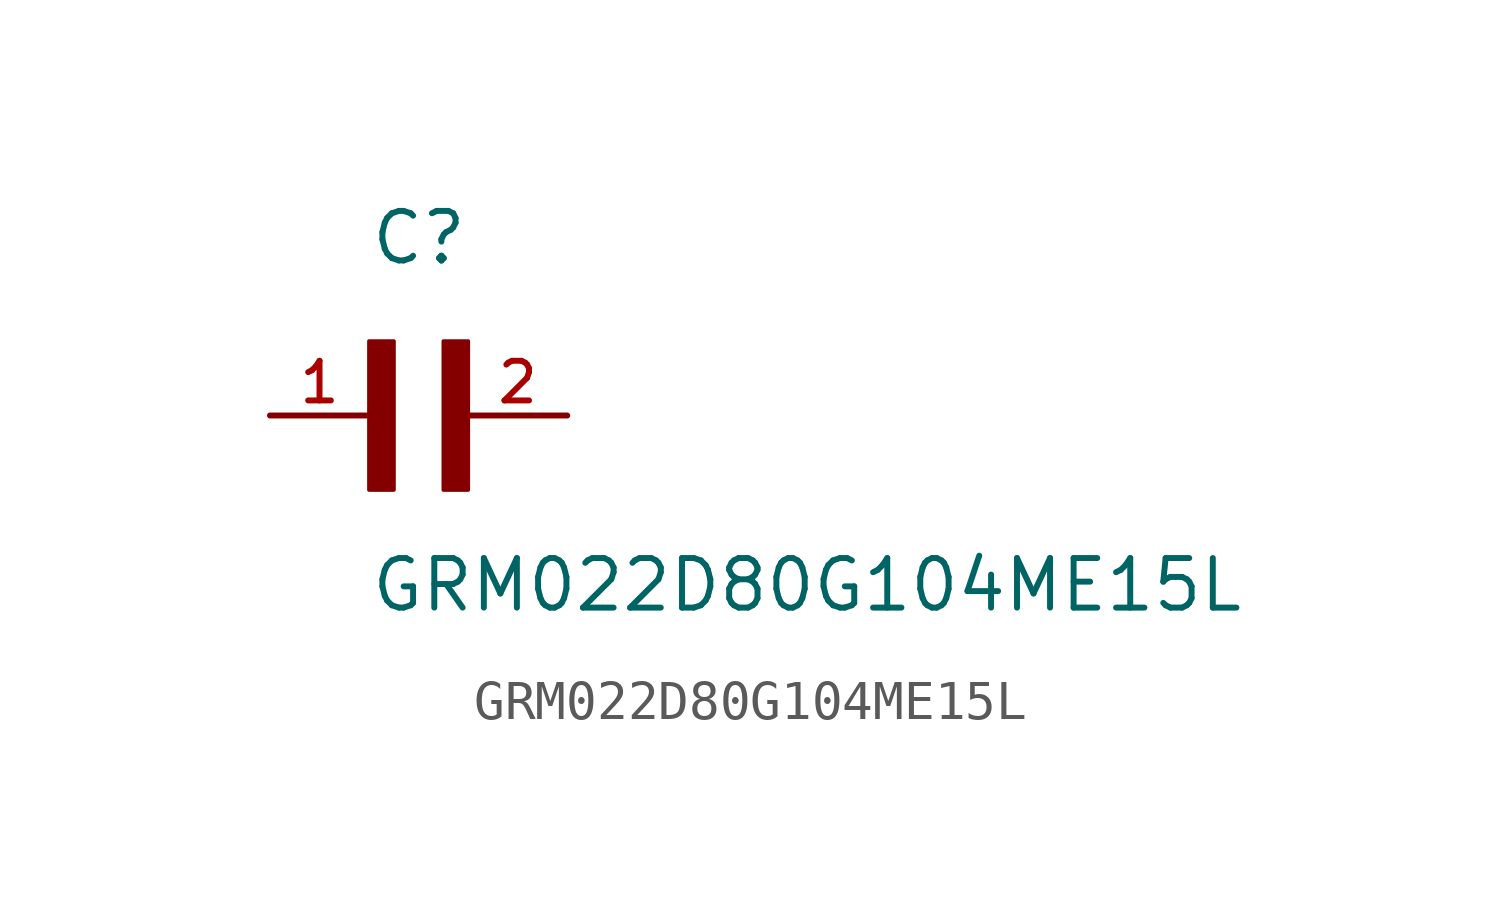
<source format=kicad_sym>
(kicad_symbol_lib
  (version 20211014)
  (generator kicad_symbol_editor)
  (symbol "GRM022D80G104ME15L"
    (pin_names
      (offset 1.016))
    (property "Reference" "C"
      (at 0.0 3.811 0)
      (effects (font (size 1.27 1.27)) (justify bottom left)))
    (property "Value" "GRM022D80G104ME15L"
      (at 0.0 -5.088 0)
      (effects (font (size 1.27 1.27)) (justify bottom left)))
    (symbol "GRM022D80G104ME15L_0_0"
      (rectangle (start 0.0 -1.907) (end 0.635 1.905) (stroke (width 0.1)) (fill (type outline)))
      (rectangle (start 1.907 -1.907) (end 2.54 1.905) (stroke (width 0.1)) (fill (type outline)))
      (pin passive line (at 5.08 0.0 180.0) (length 2.54) (name "~" (effects (font (size 1.016 1.016)))) (number "2" (effects (font (size 1.016 1.016)))))
      (pin passive line (at -2.54 0.0 0) (length 2.54) (name "~" (effects (font (size 1.016 1.016)))) (number "1" (effects (font (size 1.016 1.016))))))))
</source>
